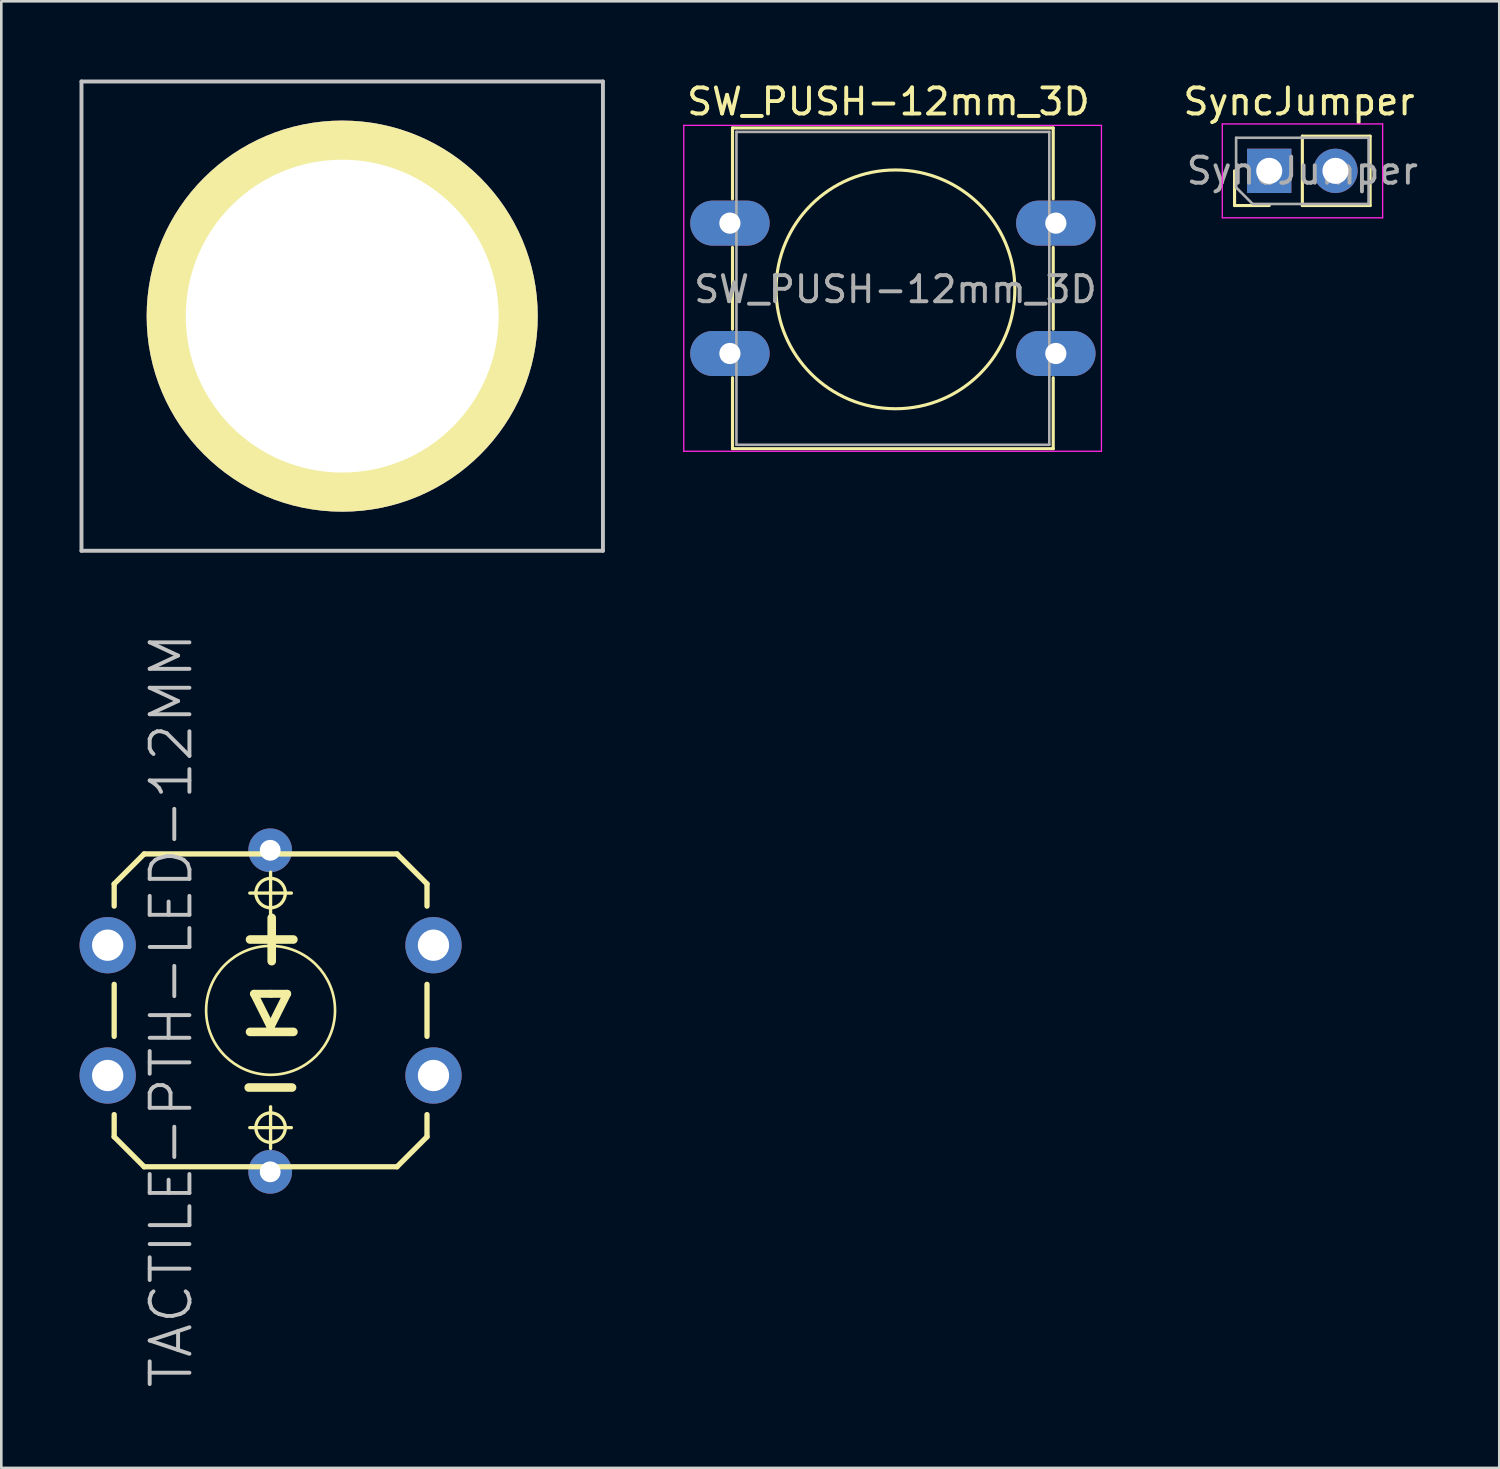
<source format=kicad_pcb>
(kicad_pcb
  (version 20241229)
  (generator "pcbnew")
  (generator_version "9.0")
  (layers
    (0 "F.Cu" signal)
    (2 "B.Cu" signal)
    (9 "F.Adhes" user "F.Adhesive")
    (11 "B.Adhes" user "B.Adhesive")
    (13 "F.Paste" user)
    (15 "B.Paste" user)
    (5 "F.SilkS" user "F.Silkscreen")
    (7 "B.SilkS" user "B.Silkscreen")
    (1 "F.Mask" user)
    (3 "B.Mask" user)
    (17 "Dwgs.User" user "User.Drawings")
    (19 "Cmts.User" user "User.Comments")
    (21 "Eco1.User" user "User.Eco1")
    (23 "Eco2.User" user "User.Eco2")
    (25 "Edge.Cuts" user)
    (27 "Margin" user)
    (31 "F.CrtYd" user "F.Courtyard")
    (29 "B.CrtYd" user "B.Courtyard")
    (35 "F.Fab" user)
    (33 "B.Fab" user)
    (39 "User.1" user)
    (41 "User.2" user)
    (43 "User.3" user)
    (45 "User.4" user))
  (footprint "TACTILE-PTH-LED-12MM"
    (layer "F.Cu")
    (at 7.328 35.701)
    (property "Reference" "TACTILE-PTH-LED-12MM" (at -3.81 0 90) (layer "Dwgs.User") (effects (font (size 1.524 1.524) (thickness 0.15))))
    (attr exclude_from_pos_files exclude_from_bom)
    (fp_line (start -5.999 -4.849) (end -4.849 -5.999) (stroke (width 0.203) (type solid)) (layer "F.SilkS"))
    (fp_line (start -5.999 -3.998) (end -5.999 -4.849) (stroke (width 0.203) (type solid)) (layer "F.SilkS"))
    (fp_line (start -5.999 0.998) (end -5.999 -0.998) (stroke (width 0.203) (type solid)) (layer "F.SilkS"))
    (fp_line (start -5.999 4.849) (end -5.999 3.998) (stroke (width 0.203) (type solid)) (layer "F.SilkS"))
    (fp_line (start -4.849 -5.999) (end 4.849 -5.999) (stroke (width 0.203) (type solid)) (layer "F.SilkS"))
    (fp_line (start -4.849 5.999) (end -5.999 4.849) (stroke (width 0.203) (type solid)) (layer "F.SilkS"))
    (fp_line (start -0.798 -4.498) (end 0.798 -4.498) (stroke (width 0.127) (type solid)) (layer "F.SilkS"))
    (fp_line (start -0.798 4.498) (end 0.798 4.498) (stroke (width 0.127) (type solid)) (layer "F.SilkS"))
    (fp_line (start -0.635 -0.635) (end 0 0.635) (stroke (width 0.305) (type solid)) (layer "F.SilkS"))
    (fp_line (start 0 -3.698) (end 0 -5.298) (stroke (width 0.127) (type solid)) (layer "F.SilkS"))
    (fp_line (start 0 -0.635) (end -0.635 -0.635) (stroke (width 0.305) (type solid)) (layer "F.SilkS"))
    (fp_line (start 0 0.635) (end 0.635 -0.635) (stroke (width 0.305) (type solid)) (layer "F.SilkS"))
    (fp_line (start 0 5.298) (end 0 3.698) (stroke (width 0.127) (type solid)) (layer "F.SilkS"))
    (fp_line (start 0.635 -0.635) (end 0 -0.635) (stroke (width 0.305) (type solid)) (layer "F.SilkS"))
    (fp_line (start 4.849 -5.999) (end 5.999 -4.849) (stroke (width 0.203) (type solid)) (layer "F.SilkS"))
    (fp_line (start 4.849 5.999) (end -4.849 5.999) (stroke (width 0.203) (type solid)) (layer "F.SilkS"))
    (fp_line (start 5.999 -4.849) (end 5.999 -3.998) (stroke (width 0.203) (type solid)) (layer "F.SilkS"))
    (fp_line (start 5.999 -0.998) (end 5.999 0.998) (stroke (width 0.203) (type solid)) (layer "F.SilkS"))
    (fp_line (start 5.999 3.998) (end 5.999 4.849) (stroke (width 0.203) (type solid)) (layer "F.SilkS"))
    (fp_line (start 5.999 4.849) (end 4.849 5.999) (stroke (width 0.203) (type solid)) (layer "F.SilkS"))
    (fp_circle (center 0 -4.498) (end -0.399 -4.897) (stroke (width 0.127) (type solid)) (fill no) (layer "F.SilkS"))
    (fp_circle (center 0 0) (end -1.748 1.748) (stroke (width 0.102) (type solid)) (fill no) (layer "F.SilkS"))
    (fp_circle (center 0 4.498) (end -0.399 4.897) (stroke (width 0.127) (type solid)) (fill no) (layer "F.SilkS"))
    (fp_text user "+" (at 0.043 -2.878 0) (layer "F.SilkS") (effects (font (size 2.182 2.182) (thickness 0.33))))
    (fp_text user "-" (at 0.043 0.665 0) (layer "F.SilkS") (effects (font (size 2.182 2.182) (thickness 0.33))))
    (fp_text user "-" (at -0.008 2.799 0) (layer "F.SilkS") (effects (font (size 2.182 2.182) (thickness 0.33))))
    (pad "1" thru_hole circle (at -6.248 -2.499) (size 2.159 2.159) (drill 1.199) (layers "*.Cu" "*.Mask"))
    (pad "1" thru_hole circle (at 6.248 -2.499) (size 2.159 2.159) (drill 1.199) (layers "*.Cu" "*.Mask"))
    (pad "2" thru_hole circle (at -6.248 2.499) (size 2.159 2.159) (drill 1.199) (layers "*.Cu" "*.Mask"))
    (pad "2" thru_hole circle (at 6.248 2.499) (size 2.159 2.159) (drill 1.199) (layers "*.Cu" "*.Mask"))
    (pad "A" thru_hole circle (at -0.015 -6.139) (size 1.676 1.676) (drill 0.798) (layers "*.Cu" "*.Mask"))
    (pad "C" thru_hole circle (at -0.015 6.193) (size 1.676 1.676) (drill 0.798) (layers "*.Cu" "*.Mask")))
  (footprint "SW_PUSH-12mm_3D"
    (layer "F.Cu")
    (at 31.308 8.048)
    (property "Reference" "SW_PUSH-12mm_3D" (at -0.283 -7.2 0) (layer "F.SilkS") (effects (font (size 1 1) (thickness 0.15))))
    (attr through_hole)
    (fp_line (start -6.263 -6.19) (end 6.037 -6.19) (stroke (width 0.12) (type solid)) (layer "F.SilkS"))
    (fp_line (start -6.263 -3.47) (end -6.263 -6.19) (stroke (width 0.12) (type solid)) (layer "F.SilkS"))
    (fp_line (start -6.263 1.53) (end -6.263 -1.61) (stroke (width 0.12) (type solid)) (layer "F.SilkS"))
    (fp_line (start -6.263 6.11) (end -6.263 3.39) (stroke (width 0.12) (type solid)) (layer "F.SilkS"))
    (fp_line (start 6.037 -6.19) (end 6.037 -3.47) (stroke (width 0.12) (type solid)) (layer "F.SilkS"))
    (fp_line (start 6.037 -1.61) (end 6.037 1.53) (stroke (width 0.12) (type solid)) (layer "F.SilkS"))
    (fp_line (start 6.037 3.39) (end 6.037 6.11) (stroke (width 0.12) (type solid)) (layer "F.SilkS"))
    (fp_line (start 6.037 6.11) (end -6.263 6.11) (stroke (width 0.12) (type solid)) (layer "F.SilkS"))
    (fp_circle (center -0.013 0) (end 3.797 2.54) (stroke (width 0.12) (type solid)) (fill no) (layer "F.SilkS"))
    (fp_line (start -8.133 -6.29) (end -8.133 6.21) (stroke (width 0.05) (type solid)) (layer "F.CrtYd"))
    (fp_line (start -8.133 -6.29) (end 7.887 -6.29) (stroke (width 0.05) (type solid)) (layer "F.CrtYd"))
    (fp_line (start 7.887 6.21) (end -8.133 6.21) (stroke (width 0.05) (type solid)) (layer "F.CrtYd"))
    (fp_line (start 7.887 6.21) (end 7.887 -6.29) (stroke (width 0.05) (type solid)) (layer "F.CrtYd"))
    (fp_line (start -6.113 -6.04) (end -6.113 5.96) (stroke (width 0.1) (type solid)) (layer "F.Fab"))
    (fp_line (start -6.113 -6.04) (end 5.887 -6.04) (stroke (width 0.1) (type solid)) (layer "F.Fab"))
    (fp_line (start -6.113 5.96) (end 5.887 5.96) (stroke (width 0.1) (type solid)) (layer "F.Fab"))
    (fp_line (start 5.887 -6.04) (end 5.887 5.96) (stroke (width 0.1) (type solid)) (layer "F.Fab"))
    (fp_text user "${REFERENCE}" (at -0.013 0 0) (layer "F.Fab") (effects (font (size 1 1) (thickness 0.15))))
    (pad "1" thru_hole oval (at -6.363 -2.54) (size 3.048 1.727) (drill 0.813) (layers "*.Cu" "*.Mask"))
    (pad "1" thru_hole oval (at 6.137 -2.54) (size 3.048 1.727) (drill 0.813) (layers "*.Cu" "*.Mask"))
    (pad "2" thru_hole oval (at -6.363 2.46) (size 3.048 1.727) (drill 0.813) (layers "*.Cu" "*.Mask"))
    (pad "2" thru_hole oval (at 6.137 2.46) (size 3.048 1.727) (drill 0.813) (layers "*.Cu" "*.Mask")))
  (footprint "SyncJumper"
    (layer "F.Cu")
    (at 46.774 3.178)
    (property "Reference" "SyncJumper" (at 0 -2.33 0) (layer "F.SilkS") (effects (font (size 1 1) (thickness 0.15))))
    (attr through_hole)
    (fp_line (start -2.474 1.655) (end -2.474 0.325) (stroke (width 0.12) (type solid)) (layer "F.SilkS"))
    (fp_line (start -1.144 1.655) (end -2.474 1.655) (stroke (width 0.12) (type solid)) (layer "F.SilkS"))
    (fp_line (start 0.126 -1.005) (end 2.726 -1.005) (stroke (width 0.12) (type solid)) (layer "F.SilkS"))
    (fp_line (start 0.126 1.655) (end 0.126 -1.005) (stroke (width 0.12) (type solid)) (layer "F.SilkS"))
    (fp_line (start 0.126 1.655) (end 2.726 1.655) (stroke (width 0.12) (type solid)) (layer "F.SilkS"))
    (fp_line (start 2.726 1.655) (end 2.726 -1.005) (stroke (width 0.12) (type solid)) (layer "F.SilkS"))
    (fp_line (start -2.944 -1.475) (end -2.944 2.125) (stroke (width 0.05) (type solid)) (layer "F.CrtYd"))
    (fp_line (start -2.944 2.125) (end 3.206 2.125) (stroke (width 0.05) (type solid)) (layer "F.CrtYd"))
    (fp_line (start 3.206 -1.475) (end -2.944 -1.475) (stroke (width 0.05) (type solid)) (layer "F.CrtYd"))
    (fp_line (start 3.206 2.125) (end 3.206 -1.475) (stroke (width 0.05) (type solid)) (layer "F.CrtYd"))
    (fp_line (start -2.414 -0.945) (end 2.666 -0.945) (stroke (width 0.1) (type solid)) (layer "F.Fab"))
    (fp_line (start -2.414 0.96) (end -2.414 -0.945) (stroke (width 0.1) (type solid)) (layer "F.Fab"))
    (fp_line (start -1.779 1.595) (end -2.414 0.96) (stroke (width 0.1) (type solid)) (layer "F.Fab"))
    (fp_line (start 2.666 -0.945) (end 2.666 1.595) (stroke (width 0.1) (type solid)) (layer "F.Fab"))
    (fp_line (start 2.666 1.595) (end -1.779 1.595) (stroke (width 0.1) (type solid)) (layer "F.Fab"))
    (fp_text user "${REFERENCE}" (at 0.126 0.325 180) (layer "F.Fab") (effects (font (size 1 1) (thickness 0.15))))
    (pad "1" thru_hole rect (at -1.144 0.325 90) (size 1.7 1.7) (drill 1) (layers "*.Cu" "*.Mask"))
    (pad "2" thru_hole oval (at 1.396 0.325 90) (size 1.7 1.7) (drill 1) (layers "*.Cu" "*.Mask")))
  (footprint "StompLoch"
    (layer "F.Cu")
    (at 10.075 9.075)
    (property "Reference" "StompLoch" (at 0 2.54 0) (layer "F.SilkS") (effects (font (size 1 1) (thickness 0.15))))
    (attr through_hole)
    (fp_line (start -10 -9) (end 10 -9) (stroke (width 0.15) (type solid)) (layer "Dwgs.User"))
    (fp_line (start -10 9) (end -10 -9) (stroke (width 0.15) (type solid)) (layer "Dwgs.User"))
    (fp_line (start 10 -9) (end 10 9) (stroke (width 0.15) (type solid)) (layer "Dwgs.User"))
    (fp_line (start 10 9) (end -10 9) (stroke (width 0.15) (type solid)) (layer "Dwgs.User"))
    (pad "1" thru_hole circle (at 0 0) (size 15 15) (drill 12) (layers "*.Cu" "*.Mask" "F.SilkS")))
  (gr_rect
    (start -3 -3)
    (end 54.453 53.251)
    (stroke (width 0.1) (type default))
    (fill no)
    (layer "Edge.Cuts")))
</source>
